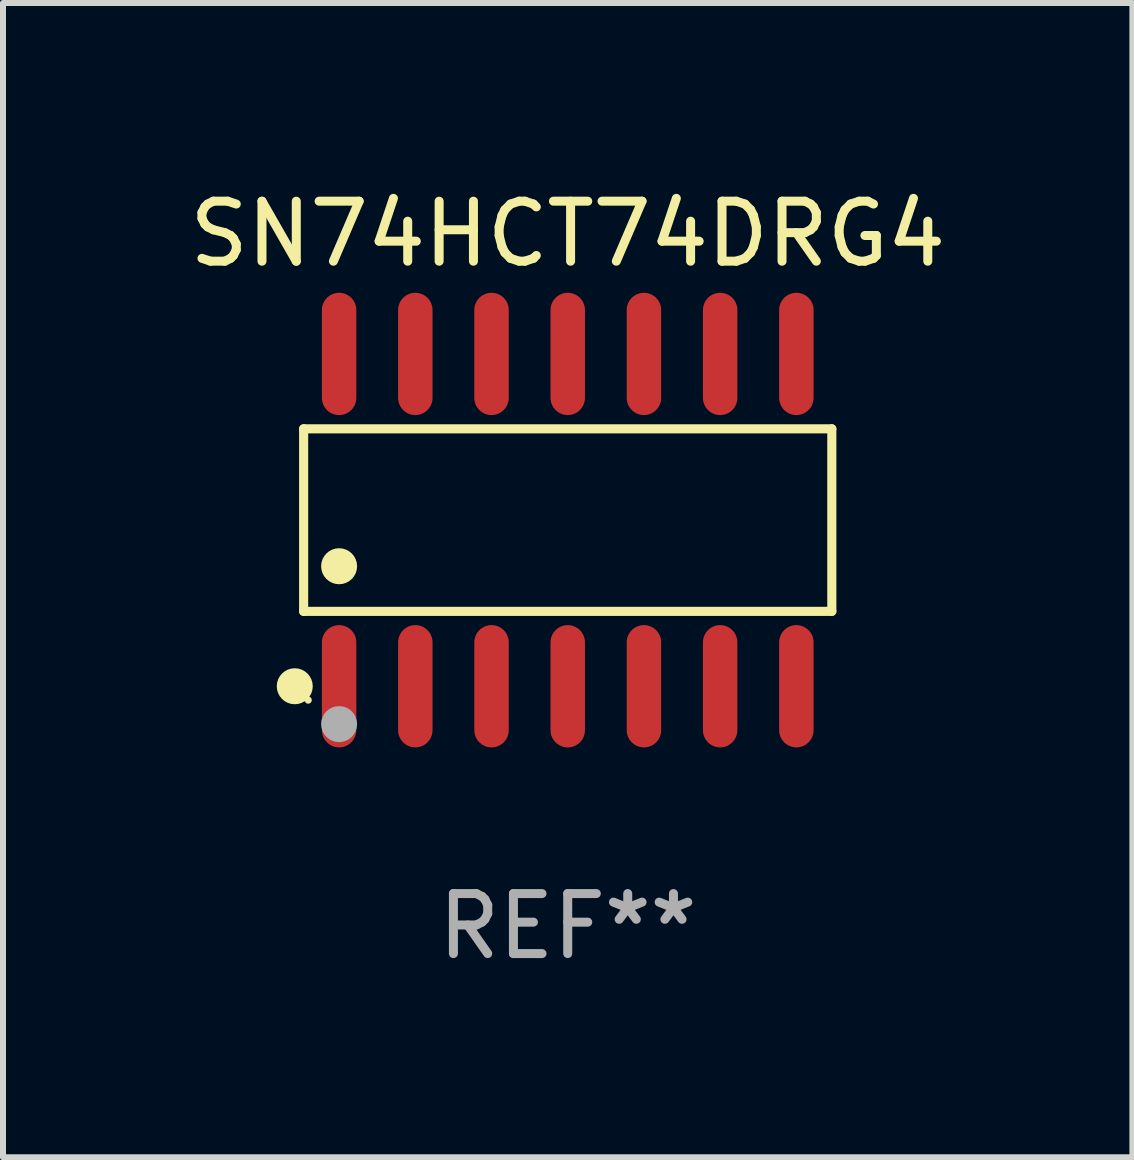
<source format=kicad_pcb>
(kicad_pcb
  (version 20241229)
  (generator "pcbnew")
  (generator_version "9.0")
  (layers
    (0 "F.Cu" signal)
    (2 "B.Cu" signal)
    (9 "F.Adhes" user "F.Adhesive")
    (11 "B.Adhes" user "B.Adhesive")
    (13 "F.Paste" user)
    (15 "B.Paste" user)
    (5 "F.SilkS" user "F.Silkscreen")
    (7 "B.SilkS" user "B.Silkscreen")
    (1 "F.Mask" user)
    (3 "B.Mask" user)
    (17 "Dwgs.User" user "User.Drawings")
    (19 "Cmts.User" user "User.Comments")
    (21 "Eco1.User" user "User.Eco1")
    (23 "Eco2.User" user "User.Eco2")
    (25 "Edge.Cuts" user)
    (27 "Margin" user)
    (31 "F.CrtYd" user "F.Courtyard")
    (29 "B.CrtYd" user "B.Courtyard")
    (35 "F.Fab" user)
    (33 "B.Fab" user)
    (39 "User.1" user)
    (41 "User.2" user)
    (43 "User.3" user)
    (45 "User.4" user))
  (footprint "SN74HCT74DRG4"
    (layer "F.Cu")
    (at 6.411 5.617)
    (property "Reference" "SN74HCT74DRG4" (at 0 -4.769 0) (layer "F.SilkS") (effects (font (size 1 1) (thickness 0.15))))
    (attr through_hole)
    (fp_line (start -4.401 -1.521) (end 4.401 -1.521) (stroke (width 0.152) (type solid)) (layer "F.SilkS"))
    (fp_line (start -4.401 1.521) (end -4.401 -1.521) (stroke (width 0.152) (type solid)) (layer "F.SilkS"))
    (fp_line (start 4.401 -1.521) (end 4.401 1.521) (stroke (width 0.152) (type solid)) (layer "F.SilkS"))
    (fp_line (start 4.401 1.521) (end -4.401 1.521) (stroke (width 0.152) (type solid)) (layer "F.SilkS"))
    (fp_circle (center -4.549 2.769) (end -4.399 2.769) (stroke (width 0.3) (type solid)) (fill no) (layer "F.SilkS"))
    (fp_circle (center -4.325 3) (end -4.295 3) (stroke (width 0.06) (type solid)) (fill no) (layer "F.SilkS"))
    (fp_circle (center -3.81 0.769) (end -3.66 0.769) (stroke (width 0.3) (type solid)) (fill no) (layer "F.SilkS"))
    (fp_circle (center -3.81 3.4) (end -3.66 3.4) (stroke (width 0.3) (type solid)) (fill no) (layer "F.Fab"))
    (fp_text user "REF**" (at 0 6.769 0) (layer "F.Fab") (effects (font (size 1 1) (thickness 0.15))))
    (pad "1" smd oval (at -3.81 2.769) (size 0.574 2.038) (layers "F.Cu" "F.Mask" "F.Paste"))
    (pad "2" smd oval (at -2.54 2.769) (size 0.574 2.038) (layers "F.Cu" "F.Mask" "F.Paste"))
    (pad "3" smd oval (at -1.27 2.769) (size 0.574 2.038) (layers "F.Cu" "F.Mask" "F.Paste"))
    (pad "4" smd oval (at 0 2.769) (size 0.574 2.038) (layers "F.Cu" "F.Mask" "F.Paste"))
    (pad "5" smd oval (at 1.27 2.769) (size 0.574 2.038) (layers "F.Cu" "F.Mask" "F.Paste"))
    (pad "6" smd oval (at 2.54 2.769) (size 0.574 2.038) (layers "F.Cu" "F.Mask" "F.Paste"))
    (pad "7" smd oval (at 3.81 2.769) (size 0.574 2.038) (layers "F.Cu" "F.Mask" "F.Paste"))
    (pad "8" smd oval (at 3.81 -2.769) (size 0.574 2.038) (layers "F.Cu" "F.Mask" "F.Paste"))
    (pad "9" smd oval (at 2.54 -2.769) (size 0.574 2.038) (layers "F.Cu" "F.Mask" "F.Paste"))
    (pad "10" smd oval (at 1.27 -2.769) (size 0.574 2.038) (layers "F.Cu" "F.Mask" "F.Paste"))
    (pad "11" smd oval (at 0 -2.769) (size 0.574 2.038) (layers "F.Cu" "F.Mask" "F.Paste"))
    (pad "12" smd oval (at -1.27 -2.769) (size 0.574 2.038) (layers "F.Cu" "F.Mask" "F.Paste"))
    (pad "13" smd oval (at -2.54 -2.769) (size 0.574 2.038) (layers "F.Cu" "F.Mask" "F.Paste"))
    (pad "14" smd oval (at -3.81 -2.769) (size 0.574 2.038) (layers "F.Cu" "F.Mask" "F.Paste")))
  (gr_rect
    (start -3 -3)
    (end 15.821 16.235)
    (stroke (width 0.1) (type default))
    (fill no)
    (layer "Edge.Cuts")))
</source>
